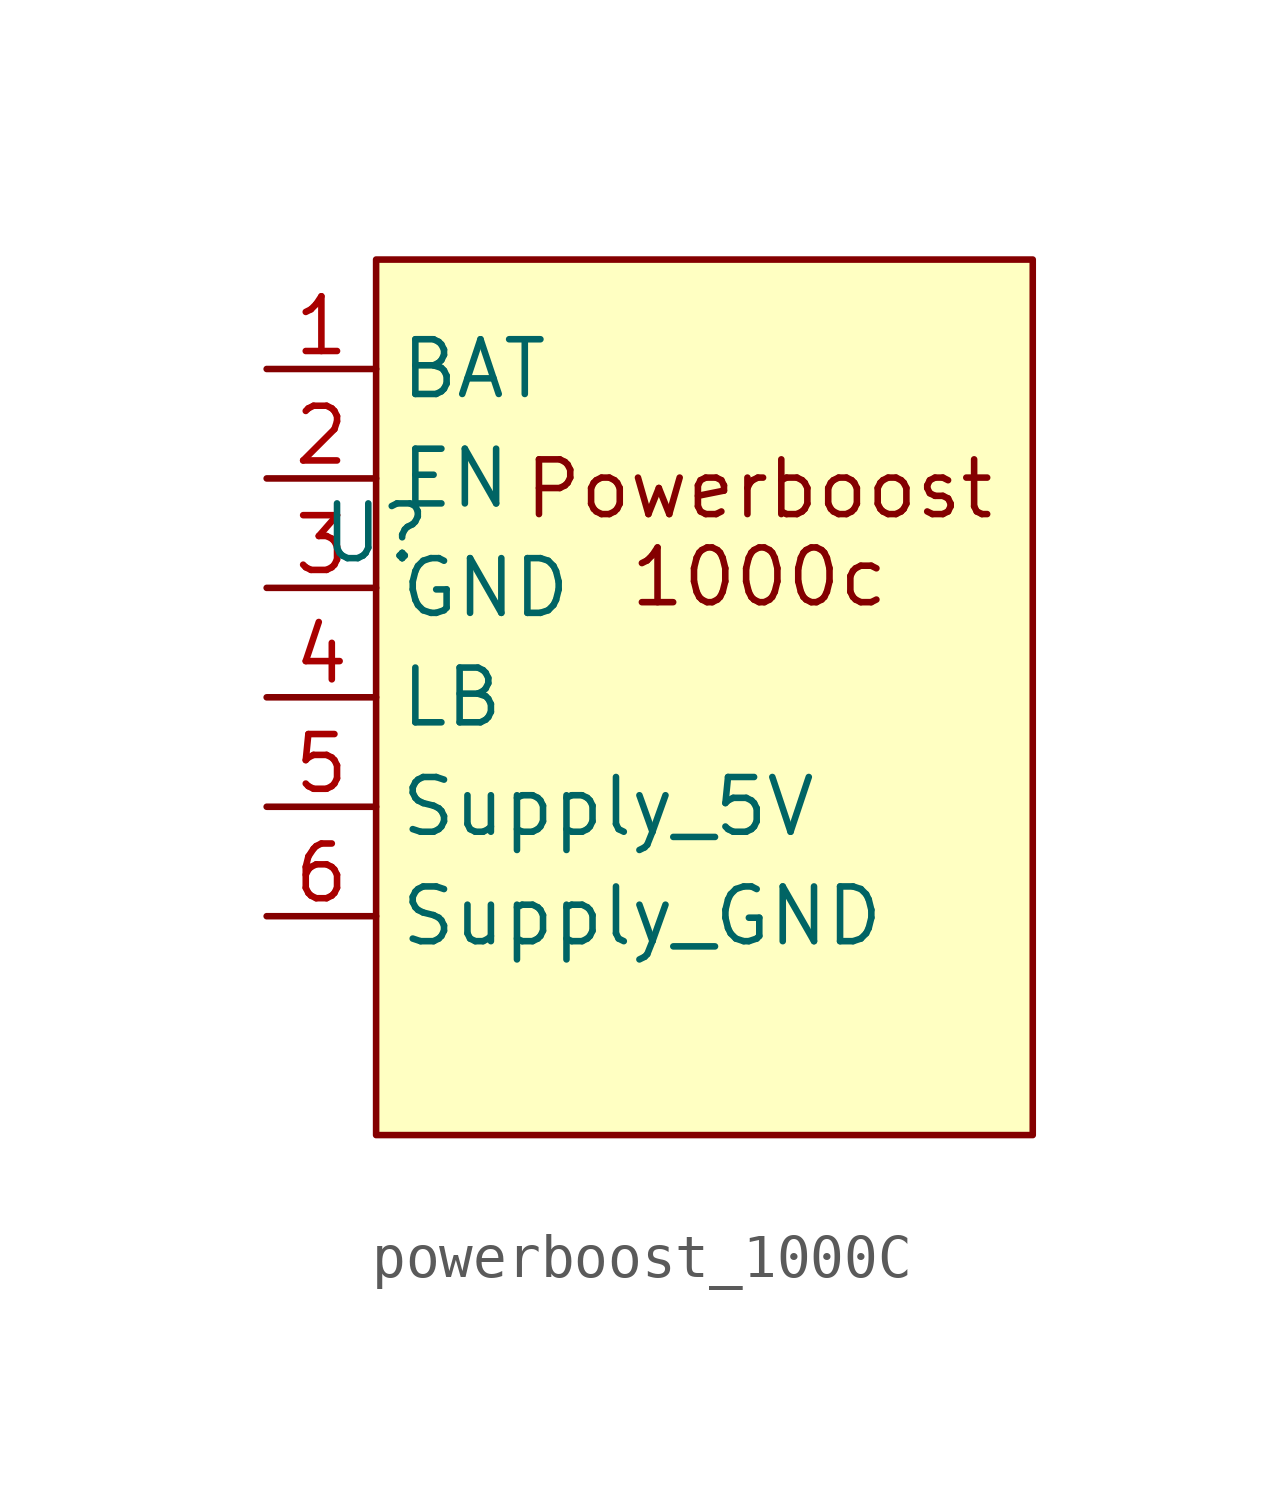
<source format=kicad_sym>
(kicad_symbol_lib
  (version 20231120)
  (generator "kicad_symbol_editor")
  (generator_version "8.0")
  (symbol "powerboost_1000C"
    (property "Reference" "U"
      (at 0 0 0)
      (effects (font (size 1.27 1.27))))
    (property "Value" ""
      (at 0 0 0)
      (effects (font (size 1.27 1.27))))
    (symbol "powerboost_1000C_1_1"
      (rectangle (start 0 6.35) (end 15.24 -13.97) (stroke (width 0) (type default)) (fill (type background)))
      (text "Powerboost\n1000c" (at 8.89 0 0) (effects (font (size 1.27 1.27))))
      (pin bidirectional line (at -2.54 3.81 0) (length 2.54) (name "BAT" (effects (font (size 1.27 1.27)))) (number "1" (effects (font (size 1.27 1.27)))))
      (pin input line (at -2.54 1.27 0) (length 2.54) (name "EN" (effects (font (size 1.27 1.27)))) (number "2" (effects (font (size 1.27 1.27)))))
      (pin bidirectional line (at -2.54 -1.27 0) (length 2.54) (name "GND" (effects (font (size 1.27 1.27)))) (number "3" (effects (font (size 1.27 1.27)))))
      (pin output line (at -2.54 -3.81 0) (length 2.54) (name "LB" (effects (font (size 1.27 1.27)))) (number "4" (effects (font (size 1.27 1.27)))))
      (pin power_out line (at -2.54 -6.35 0) (length 2.54) (name "Supply_5V" (effects (font (size 1.27 1.27)))) (number "5" (effects (font (size 1.27 1.27)))))
      (pin power_in line (at -2.54 -8.89 0) (length 2.54) (name "Supply_GND" (effects (font (size 1.27 1.27)))) (number "6" (effects (font (size 1.27 1.27))))))))
</source>
